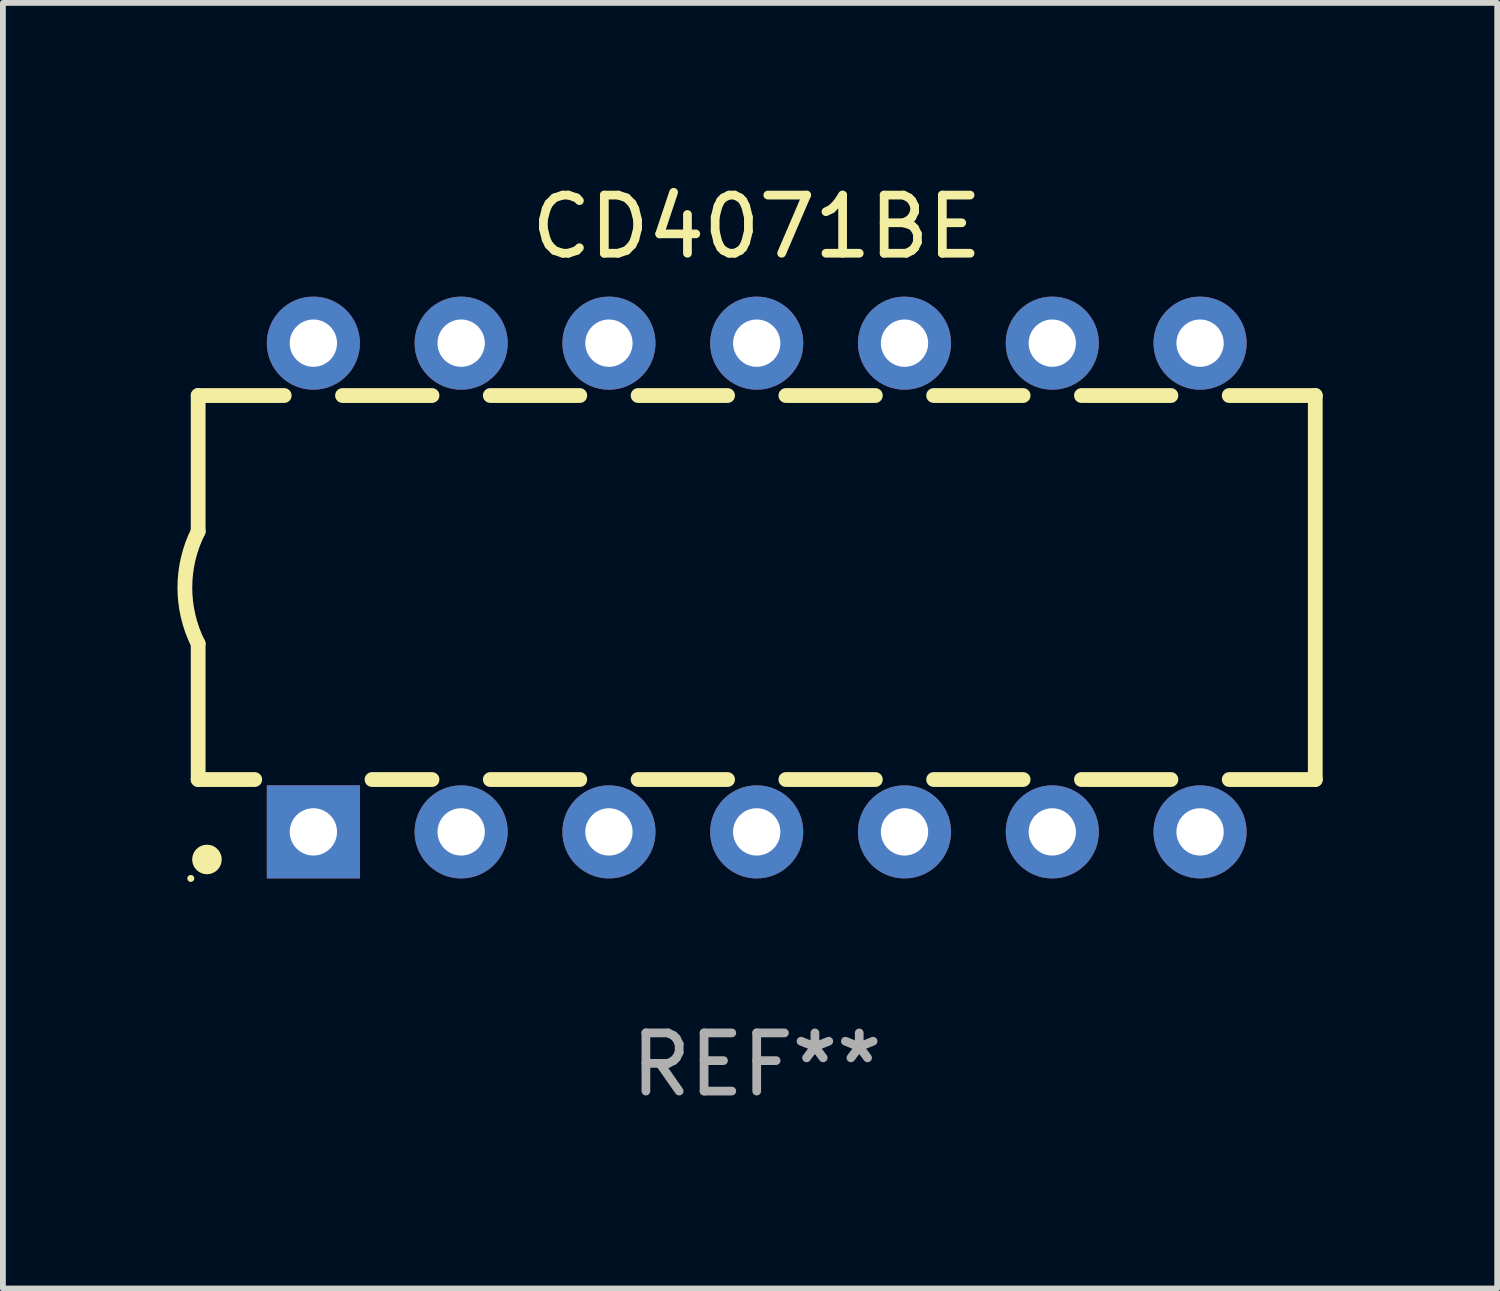
<source format=kicad_pcb>
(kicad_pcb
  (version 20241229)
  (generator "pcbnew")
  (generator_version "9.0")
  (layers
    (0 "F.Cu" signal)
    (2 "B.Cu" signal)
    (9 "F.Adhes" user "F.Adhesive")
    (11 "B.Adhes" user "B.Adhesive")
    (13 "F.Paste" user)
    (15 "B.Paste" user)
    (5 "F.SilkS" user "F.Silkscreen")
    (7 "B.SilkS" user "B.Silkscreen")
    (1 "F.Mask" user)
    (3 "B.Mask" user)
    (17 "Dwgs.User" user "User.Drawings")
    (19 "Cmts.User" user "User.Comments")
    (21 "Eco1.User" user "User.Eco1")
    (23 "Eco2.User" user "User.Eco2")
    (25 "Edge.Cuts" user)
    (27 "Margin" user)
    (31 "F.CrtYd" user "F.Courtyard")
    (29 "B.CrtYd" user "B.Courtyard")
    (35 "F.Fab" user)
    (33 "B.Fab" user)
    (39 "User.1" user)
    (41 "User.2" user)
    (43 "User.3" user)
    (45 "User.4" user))
  (footprint "CD4071BE"
    (layer "F.Cu")
    (at 9.956 7.048)
    (property "Reference" "CD4071BE" (at 0 -6.2 0) (layer "F.SilkS") (effects (font (size 1 1) (thickness 0.15))))
    (attr through_hole)
    (fp_line (start -9.6 -3.3) (end -9.6 -0.965) (stroke (width 0.254) (type solid)) (layer "F.SilkS"))
    (fp_line (start -9.6 -3.3) (end -8.121 -3.3) (stroke (width 0.254) (type solid)) (layer "F.SilkS"))
    (fp_line (start -9.6 3.3) (end -9.6 0.965) (stroke (width 0.254) (type solid)) (layer "F.SilkS"))
    (fp_line (start -9.6 3.3) (end -8.628 3.3) (stroke (width 0.254) (type solid)) (layer "F.SilkS"))
    (fp_line (start -7.119 -3.3) (end -5.581 -3.3) (stroke (width 0.254) (type solid)) (layer "F.SilkS"))
    (fp_line (start -6.612 3.3) (end -5.581 3.3) (stroke (width 0.254) (type solid)) (layer "F.SilkS"))
    (fp_line (start -4.579 -3.3) (end -3.041 -3.3) (stroke (width 0.254) (type solid)) (layer "F.SilkS"))
    (fp_line (start -4.579 3.3) (end -3.041 3.3) (stroke (width 0.254) (type solid)) (layer "F.SilkS"))
    (fp_line (start -2.039 -3.3) (end -0.501 -3.3) (stroke (width 0.254) (type solid)) (layer "F.SilkS"))
    (fp_line (start -2.039 3.3) (end -0.501 3.3) (stroke (width 0.254) (type solid)) (layer "F.SilkS"))
    (fp_line (start 0.501 -3.3) (end 2.039 -3.3) (stroke (width 0.254) (type solid)) (layer "F.SilkS"))
    (fp_line (start 0.501 3.3) (end 2.039 3.3) (stroke (width 0.254) (type solid)) (layer "F.SilkS"))
    (fp_line (start 3.041 -3.3) (end 4.579 -3.3) (stroke (width 0.254) (type solid)) (layer "F.SilkS"))
    (fp_line (start 3.041 3.3) (end 4.579 3.3) (stroke (width 0.254) (type solid)) (layer "F.SilkS"))
    (fp_line (start 5.581 -3.3) (end 7.119 -3.3) (stroke (width 0.254) (type solid)) (layer "F.SilkS"))
    (fp_line (start 5.581 3.3) (end 7.119 3.3) (stroke (width 0.254) (type solid)) (layer "F.SilkS"))
    (fp_line (start 8.121 -3.3) (end 9.6 -3.3) (stroke (width 0.254) (type solid)) (layer "F.SilkS"))
    (fp_line (start 8.121 3.3) (end 9.6 3.3) (stroke (width 0.254) (type solid)) (layer "F.SilkS"))
    (fp_line (start 9.6 -3.3) (end 9.6 3.3) (stroke (width 0.254) (type solid)) (layer "F.SilkS"))
    (fp_arc (start -9.601219 0.965202) (mid -9.828641 -0.00004) (end -9.600025 -0.964999) (stroke (width 0.254001) (type solid)) (layer "F.SilkS"))
    (fp_circle (center -9.727 5) (end -9.697 5) (stroke (width 0.06) (type solid)) (fill no) (layer "F.SilkS"))
    (fp_circle (center -9.449 4.674) (end -9.322 4.674) (stroke (width 0.254) (type solid)) (fill no) (layer "F.SilkS"))
    (fp_text user "REF**" (at 0 8.2 0) (layer "F.Fab") (effects (font (size 1 1) (thickness 0.15))))
    (pad "1" thru_hole rect (at -7.62 4.2) (size 1.6 1.6) (drill 0.813) (layers "*.Cu" "*.Mask"))
    (pad "2" thru_hole circle (at -5.08 4.2) (size 1.6 1.6) (drill 0.813) (layers "*.Cu" "*.Mask"))
    (pad "3" thru_hole circle (at -2.54 4.2) (size 1.6 1.6) (drill 0.813) (layers "*.Cu" "*.Mask"))
    (pad "4" thru_hole circle (at 0 4.2) (size 1.6 1.6) (drill 0.813) (layers "*.Cu" "*.Mask"))
    (pad "5" thru_hole circle (at 2.54 4.2) (size 1.6 1.6) (drill 0.813) (layers "*.Cu" "*.Mask"))
    (pad "6" thru_hole circle (at 5.08 4.2) (size 1.6 1.6) (drill 0.813) (layers "*.Cu" "*.Mask"))
    (pad "7" thru_hole circle (at 7.62 4.2) (size 1.6 1.6) (drill 0.813) (layers "*.Cu" "*.Mask"))
    (pad "8" thru_hole circle (at 7.62 -4.2) (size 1.6 1.6) (drill 0.813) (layers "*.Cu" "*.Mask"))
    (pad "9" thru_hole circle (at 5.08 -4.2) (size 1.6 1.6) (drill 0.813) (layers "*.Cu" "*.Mask"))
    (pad "10" thru_hole circle (at 2.54 -4.2) (size 1.6 1.6) (drill 0.813) (layers "*.Cu" "*.Mask"))
    (pad "11" thru_hole circle (at 0 -4.2) (size 1.6 1.6) (drill 0.813) (layers "*.Cu" "*.Mask"))
    (pad "12" thru_hole circle (at -2.54 -4.2) (size 1.6 1.6) (drill 0.813) (layers "*.Cu" "*.Mask"))
    (pad "13" thru_hole circle (at -5.08 -4.2) (size 1.6 1.6) (drill 0.813) (layers "*.Cu" "*.Mask"))
    (pad "14" thru_hole circle (at -7.62 -4.2) (size 1.6 1.6) (drill 0.813) (layers "*.Cu" "*.Mask")))
  (gr_rect
    (start -3 -3)
    (end 22.683 19.096)
    (stroke (width 0.1) (type default))
    (fill no)
    (layer "Edge.Cuts")))
</source>
